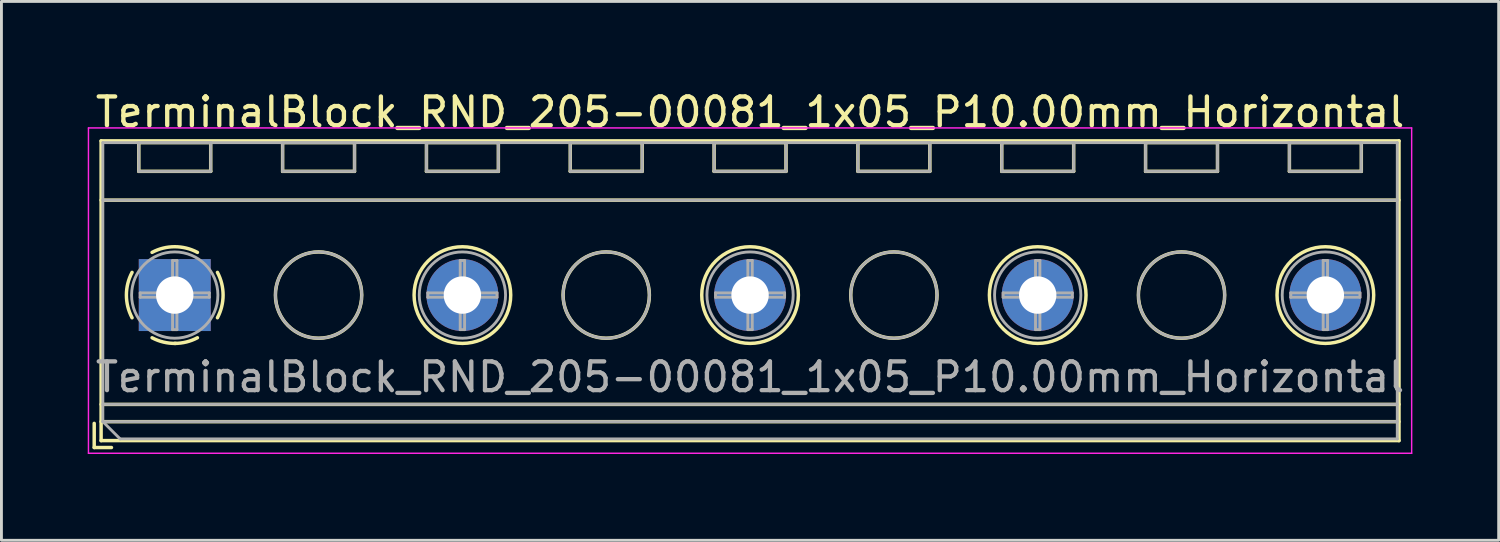
<source format=kicad_pcb>
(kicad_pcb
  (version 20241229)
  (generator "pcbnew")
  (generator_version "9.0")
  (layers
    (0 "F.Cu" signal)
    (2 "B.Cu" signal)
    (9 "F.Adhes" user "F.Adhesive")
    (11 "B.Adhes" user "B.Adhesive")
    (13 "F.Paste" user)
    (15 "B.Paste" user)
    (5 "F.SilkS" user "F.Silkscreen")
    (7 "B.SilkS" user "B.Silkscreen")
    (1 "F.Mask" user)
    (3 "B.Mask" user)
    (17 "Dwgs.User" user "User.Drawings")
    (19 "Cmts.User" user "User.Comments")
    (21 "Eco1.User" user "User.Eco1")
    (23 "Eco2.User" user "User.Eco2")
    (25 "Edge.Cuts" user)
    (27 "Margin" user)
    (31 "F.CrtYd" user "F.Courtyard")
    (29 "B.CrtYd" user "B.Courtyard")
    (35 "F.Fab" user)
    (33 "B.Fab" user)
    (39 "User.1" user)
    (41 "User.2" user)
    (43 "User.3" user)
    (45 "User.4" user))
  (footprint "TerminalBlock_RND_205-00081_1x05_P10.00mm_Horizontal"
    (layer "F.Cu")
    (at 3.025 7.208)
    (property "Reference" "TerminalBlock_RND_205-00081_1x05_P10.00mm_Horizontal" (at 20 -6.36 0) (layer "F.SilkS") (effects (font (size 1 1) (thickness 0.15))))
    (attr through_hole)
    (fp_line (start -2.8 4.46) (end -2.8 5.3) (stroke (width 0.12) (type solid)) (layer "F.SilkS"))
    (fp_line (start -2.8 5.3) (end -2.2 5.3) (stroke (width 0.12) (type solid)) (layer "F.SilkS"))
    (fp_line (start -2.56 -5.36) (end -2.56 5.06) (stroke (width 0.12) (type solid)) (layer "F.SilkS"))
    (fp_line (start -2.56 -5.36) (end 42.56 -5.36) (stroke (width 0.12) (type solid)) (layer "F.SilkS"))
    (fp_line (start -2.56 -3.301) (end 42.56 -3.301) (stroke (width 0.12) (type solid)) (layer "F.SilkS"))
    (fp_line (start -2.56 3.8) (end 42.56 3.8) (stroke (width 0.12) (type solid)) (layer "F.SilkS"))
    (fp_line (start -2.56 4.4) (end 42.56 4.4) (stroke (width 0.12) (type solid)) (layer "F.SilkS"))
    (fp_line (start -2.56 5.06) (end 42.56 5.06) (stroke (width 0.12) (type solid)) (layer "F.SilkS"))
    (fp_line (start -1.25 -5.301) (end -1.25 -4.301) (stroke (width 0.12) (type solid)) (layer "F.SilkS"))
    (fp_line (start -1.25 -5.301) (end 1.25 -5.301) (stroke (width 0.12) (type solid)) (layer "F.SilkS"))
    (fp_line (start -1.25 -4.301) (end 1.25 -4.301) (stroke (width 0.12) (type solid)) (layer "F.SilkS"))
    (fp_line (start 1.25 -5.301) (end 1.25 -4.301) (stroke (width 0.12) (type solid)) (layer "F.SilkS"))
    (fp_line (start 3.75 -5.301) (end 3.75 -4.301) (stroke (width 0.12) (type solid)) (layer "F.SilkS"))
    (fp_line (start 3.75 -5.301) (end 6.25 -5.301) (stroke (width 0.12) (type solid)) (layer "F.SilkS"))
    (fp_line (start 3.75 -4.301) (end 6.25 -4.301) (stroke (width 0.12) (type solid)) (layer "F.SilkS"))
    (fp_line (start 6.25 -5.301) (end 6.25 -4.301) (stroke (width 0.12) (type solid)) (layer "F.SilkS"))
    (fp_line (start 8.75 -5.301) (end 8.75 -4.301) (stroke (width 0.12) (type solid)) (layer "F.SilkS"))
    (fp_line (start 8.75 -5.301) (end 11.25 -5.301) (stroke (width 0.12) (type solid)) (layer "F.SilkS"))
    (fp_line (start 8.75 -4.301) (end 11.25 -4.301) (stroke (width 0.12) (type solid)) (layer "F.SilkS"))
    (fp_line (start 11.25 -5.301) (end 11.25 -4.301) (stroke (width 0.12) (type solid)) (layer "F.SilkS"))
    (fp_line (start 13.75 -5.301) (end 13.75 -4.301) (stroke (width 0.12) (type solid)) (layer "F.SilkS"))
    (fp_line (start 13.75 -5.301) (end 16.25 -5.301) (stroke (width 0.12) (type solid)) (layer "F.SilkS"))
    (fp_line (start 13.75 -4.301) (end 16.25 -4.301) (stroke (width 0.12) (type solid)) (layer "F.SilkS"))
    (fp_line (start 16.25 -5.301) (end 16.25 -4.301) (stroke (width 0.12) (type solid)) (layer "F.SilkS"))
    (fp_line (start 18.75 -5.301) (end 18.75 -4.301) (stroke (width 0.12) (type solid)) (layer "F.SilkS"))
    (fp_line (start 18.75 -5.301) (end 21.25 -5.301) (stroke (width 0.12) (type solid)) (layer "F.SilkS"))
    (fp_line (start 18.75 -4.301) (end 21.25 -4.301) (stroke (width 0.12) (type solid)) (layer "F.SilkS"))
    (fp_line (start 21.25 -5.301) (end 21.25 -4.301) (stroke (width 0.12) (type solid)) (layer "F.SilkS"))
    (fp_line (start 23.75 -5.301) (end 23.75 -4.301) (stroke (width 0.12) (type solid)) (layer "F.SilkS"))
    (fp_line (start 23.75 -5.301) (end 26.25 -5.301) (stroke (width 0.12) (type solid)) (layer "F.SilkS"))
    (fp_line (start 23.75 -4.301) (end 26.25 -4.301) (stroke (width 0.12) (type solid)) (layer "F.SilkS"))
    (fp_line (start 26.25 -5.301) (end 26.25 -4.301) (stroke (width 0.12) (type solid)) (layer "F.SilkS"))
    (fp_line (start 28.75 -5.301) (end 28.75 -4.301) (stroke (width 0.12) (type solid)) (layer "F.SilkS"))
    (fp_line (start 28.75 -5.301) (end 31.25 -5.301) (stroke (width 0.12) (type solid)) (layer "F.SilkS"))
    (fp_line (start 28.75 -4.301) (end 31.25 -4.301) (stroke (width 0.12) (type solid)) (layer "F.SilkS"))
    (fp_line (start 31.25 -5.301) (end 31.25 -4.301) (stroke (width 0.12) (type solid)) (layer "F.SilkS"))
    (fp_line (start 33.75 -5.301) (end 33.75 -4.301) (stroke (width 0.12) (type solid)) (layer "F.SilkS"))
    (fp_line (start 33.75 -5.301) (end 36.25 -5.301) (stroke (width 0.12) (type solid)) (layer "F.SilkS"))
    (fp_line (start 33.75 -4.301) (end 36.25 -4.301) (stroke (width 0.12) (type solid)) (layer "F.SilkS"))
    (fp_line (start 36.25 -5.301) (end 36.25 -4.301) (stroke (width 0.12) (type solid)) (layer "F.SilkS"))
    (fp_line (start 38.75 -5.301) (end 38.75 -4.301) (stroke (width 0.12) (type solid)) (layer "F.SilkS"))
    (fp_line (start 38.75 -5.301) (end 41.25 -5.301) (stroke (width 0.12) (type solid)) (layer "F.SilkS"))
    (fp_line (start 38.75 -4.301) (end 41.25 -4.301) (stroke (width 0.12) (type solid)) (layer "F.SilkS"))
    (fp_line (start 41.25 -5.301) (end 41.25 -4.301) (stroke (width 0.12) (type solid)) (layer "F.SilkS"))
    (fp_line (start 42.56 -5.36) (end 42.56 5.06) (stroke (width 0.12) (type solid)) (layer "F.SilkS"))
    (fp_arc (start -1.483953 0.789089) (mid -1.680708 0.00005) (end -1.484 -0.789) (stroke (width 0.12) (type solid)) (layer "F.SilkS"))
    (fp_arc (start -0.789089 -1.483953) (mid -0.00005 -1.680708) (end 0.789 -1.484) (stroke (width 0.12) (type solid)) (layer "F.SilkS"))
    (fp_arc (start 0.029383 1.68045) (mid -0.392304 1.634281) (end -0.789 1.484) (stroke (width 0.12) (type solid)) (layer "F.SilkS"))
    (fp_arc (start 0.788712 1.483352) (mid 0.406429 1.630097) (end 0 1.68) (stroke (width 0.12) (type solid)) (layer "F.SilkS"))
    (fp_arc (start 1.483953 -0.789089) (mid 1.680708 -0.00005) (end 1.484 0.789) (stroke (width 0.12) (type solid)) (layer "F.SilkS"))
    (fp_circle (center 5 0) (end 6.5 0) (stroke (width 0.12) (type solid)) (fill no) (layer "F.SilkS"))
    (fp_circle (center 10 0) (end 11.68 0) (stroke (width 0.12) (type solid)) (fill no) (layer "F.SilkS"))
    (fp_circle (center 15 0) (end 16.5 0) (stroke (width 0.12) (type solid)) (fill no) (layer "F.SilkS"))
    (fp_circle (center 20 0) (end 21.68 0) (stroke (width 0.12) (type solid)) (fill no) (layer "F.SilkS"))
    (fp_circle (center 25 0) (end 26.5 0) (stroke (width 0.12) (type solid)) (fill no) (layer "F.SilkS"))
    (fp_circle (center 30 0) (end 31.68 0) (stroke (width 0.12) (type solid)) (fill no) (layer "F.SilkS"))
    (fp_circle (center 35 0) (end 36.5 0) (stroke (width 0.12) (type solid)) (fill no) (layer "F.SilkS"))
    (fp_circle (center 40 0) (end 41.68 0) (stroke (width 0.12) (type solid)) (fill no) (layer "F.SilkS"))
    (fp_line (start -3 -5.81) (end -3 5.5) (stroke (width 0.05) (type solid)) (layer "F.CrtYd"))
    (fp_line (start -3 5.5) (end 43 5.5) (stroke (width 0.05) (type solid)) (layer "F.CrtYd"))
    (fp_line (start 43 -5.81) (end -3 -5.81) (stroke (width 0.05) (type solid)) (layer "F.CrtYd"))
    (fp_line (start 43 5.5) (end 43 -5.81) (stroke (width 0.05) (type solid)) (layer "F.CrtYd"))
    (fp_line (start -2.5 -5.3) (end 42.5 -5.3) (stroke (width 0.1) (type solid)) (layer "F.Fab"))
    (fp_line (start -2.5 -3.3) (end 42.5 -3.3) (stroke (width 0.1) (type solid)) (layer "F.Fab"))
    (fp_line (start -2.5 3.8) (end 42.5 3.8) (stroke (width 0.1) (type solid)) (layer "F.Fab"))
    (fp_line (start -2.5 4.4) (end -2.5 -5.3) (stroke (width 0.1) (type solid)) (layer "F.Fab"))
    (fp_line (start -2.5 4.4) (end 42.5 4.4) (stroke (width 0.1) (type solid)) (layer "F.Fab"))
    (fp_line (start -1.9 5) (end -2.5 4.4) (stroke (width 0.1) (type solid)) (layer "F.Fab"))
    (fp_line (start -1.25 -5.3) (end -1.25 -4.3) (stroke (width 0.1) (type solid)) (layer "F.Fab"))
    (fp_line (start -1.25 -4.3) (end 1.25 -4.3) (stroke (width 0.1) (type solid)) (layer "F.Fab"))
    (fp_line (start -1.201 -0.076) (end -0.076 -0.076) (stroke (width 0.1) (type solid)) (layer "F.Fab"))
    (fp_line (start -1.201 0.076) (end -1.201 -0.076) (stroke (width 0.1) (type solid)) (layer "F.Fab"))
    (fp_line (start -0.076 -1.201) (end 0.076 -1.201) (stroke (width 0.1) (type solid)) (layer "F.Fab"))
    (fp_line (start -0.076 -0.076) (end -0.076 -1.201) (stroke (width 0.1) (type solid)) (layer "F.Fab"))
    (fp_line (start -0.076 0.076) (end -1.201 0.076) (stroke (width 0.1) (type solid)) (layer "F.Fab"))
    (fp_line (start -0.076 1.201) (end -0.076 0.076) (stroke (width 0.1) (type solid)) (layer "F.Fab"))
    (fp_line (start 0.076 -1.201) (end 0.076 -0.076) (stroke (width 0.1) (type solid)) (layer "F.Fab"))
    (fp_line (start 0.076 -0.076) (end 1.201 -0.076) (stroke (width 0.1) (type solid)) (layer "F.Fab"))
    (fp_line (start 0.076 0.076) (end 0.076 1.201) (stroke (width 0.1) (type solid)) (layer "F.Fab"))
    (fp_line (start 0.076 1.201) (end -0.076 1.201) (stroke (width 0.1) (type solid)) (layer "F.Fab"))
    (fp_line (start 1.201 -0.076) (end 1.201 0.076) (stroke (width 0.1) (type solid)) (layer "F.Fab"))
    (fp_line (start 1.201 0.076) (end 0.076 0.076) (stroke (width 0.1) (type solid)) (layer "F.Fab"))
    (fp_line (start 1.25 -5.3) (end -1.25 -5.3) (stroke (width 0.1) (type solid)) (layer "F.Fab"))
    (fp_line (start 1.25 -4.3) (end 1.25 -5.3) (stroke (width 0.1) (type solid)) (layer "F.Fab"))
    (fp_line (start 3.75 -5.3) (end 3.75 -4.3) (stroke (width 0.1) (type solid)) (layer "F.Fab"))
    (fp_line (start 3.75 -4.3) (end 6.25 -4.3) (stroke (width 0.1) (type solid)) (layer "F.Fab"))
    (fp_line (start 6.25 -5.3) (end 3.75 -5.3) (stroke (width 0.1) (type solid)) (layer "F.Fab"))
    (fp_line (start 6.25 -4.3) (end 6.25 -5.3) (stroke (width 0.1) (type solid)) (layer "F.Fab"))
    (fp_line (start 8.75 -5.3) (end 8.75 -4.3) (stroke (width 0.1) (type solid)) (layer "F.Fab"))
    (fp_line (start 8.75 -4.3) (end 11.25 -4.3) (stroke (width 0.1) (type solid)) (layer "F.Fab"))
    (fp_line (start 8.799 -0.076) (end 9.924 -0.076) (stroke (width 0.1) (type solid)) (layer "F.Fab"))
    (fp_line (start 8.799 0.076) (end 8.799 -0.076) (stroke (width 0.1) (type solid)) (layer "F.Fab"))
    (fp_line (start 9.924 -1.201) (end 10.076 -1.201) (stroke (width 0.1) (type solid)) (layer "F.Fab"))
    (fp_line (start 9.924 -0.076) (end 9.924 -1.201) (stroke (width 0.1) (type solid)) (layer "F.Fab"))
    (fp_line (start 9.924 0.076) (end 8.799 0.076) (stroke (width 0.1) (type solid)) (layer "F.Fab"))
    (fp_line (start 9.924 1.201) (end 9.924 0.076) (stroke (width 0.1) (type solid)) (layer "F.Fab"))
    (fp_line (start 10.076 -1.201) (end 10.076 -0.076) (stroke (width 0.1) (type solid)) (layer "F.Fab"))
    (fp_line (start 10.076 -0.076) (end 11.201 -0.076) (stroke (width 0.1) (type solid)) (layer "F.Fab"))
    (fp_line (start 10.076 0.076) (end 10.076 1.201) (stroke (width 0.1) (type solid)) (layer "F.Fab"))
    (fp_line (start 10.076 1.201) (end 9.924 1.201) (stroke (width 0.1) (type solid)) (layer "F.Fab"))
    (fp_line (start 11.201 -0.076) (end 11.201 0.076) (stroke (width 0.1) (type solid)) (layer "F.Fab"))
    (fp_line (start 11.201 0.076) (end 10.076 0.076) (stroke (width 0.1) (type solid)) (layer "F.Fab"))
    (fp_line (start 11.25 -5.3) (end 8.75 -5.3) (stroke (width 0.1) (type solid)) (layer "F.Fab"))
    (fp_line (start 11.25 -4.3) (end 11.25 -5.3) (stroke (width 0.1) (type solid)) (layer "F.Fab"))
    (fp_line (start 13.75 -5.3) (end 13.75 -4.3) (stroke (width 0.1) (type solid)) (layer "F.Fab"))
    (fp_line (start 13.75 -4.3) (end 16.25 -4.3) (stroke (width 0.1) (type solid)) (layer "F.Fab"))
    (fp_line (start 16.25 -5.3) (end 13.75 -5.3) (stroke (width 0.1) (type solid)) (layer "F.Fab"))
    (fp_line (start 16.25 -4.3) (end 16.25 -5.3) (stroke (width 0.1) (type solid)) (layer "F.Fab"))
    (fp_line (start 18.75 -5.3) (end 18.75 -4.3) (stroke (width 0.1) (type solid)) (layer "F.Fab"))
    (fp_line (start 18.75 -4.3) (end 21.25 -4.3) (stroke (width 0.1) (type solid)) (layer "F.Fab"))
    (fp_line (start 18.799 -0.076) (end 19.924 -0.076) (stroke (width 0.1) (type solid)) (layer "F.Fab"))
    (fp_line (start 18.799 0.076) (end 18.799 -0.076) (stroke (width 0.1) (type solid)) (layer "F.Fab"))
    (fp_line (start 19.924 -1.201) (end 20.076 -1.201) (stroke (width 0.1) (type solid)) (layer "F.Fab"))
    (fp_line (start 19.924 -0.076) (end 19.924 -1.201) (stroke (width 0.1) (type solid)) (layer "F.Fab"))
    (fp_line (start 19.924 0.076) (end 18.799 0.076) (stroke (width 0.1) (type solid)) (layer "F.Fab"))
    (fp_line (start 19.924 1.201) (end 19.924 0.076) (stroke (width 0.1) (type solid)) (layer "F.Fab"))
    (fp_line (start 20.076 -1.201) (end 20.076 -0.076) (stroke (width 0.1) (type solid)) (layer "F.Fab"))
    (fp_line (start 20.076 -0.076) (end 21.201 -0.076) (stroke (width 0.1) (type solid)) (layer "F.Fab"))
    (fp_line (start 20.076 0.076) (end 20.076 1.201) (stroke (width 0.1) (type solid)) (layer "F.Fab"))
    (fp_line (start 20.076 1.201) (end 19.924 1.201) (stroke (width 0.1) (type solid)) (layer "F.Fab"))
    (fp_line (start 21.201 -0.076) (end 21.201 0.076) (stroke (width 0.1) (type solid)) (layer "F.Fab"))
    (fp_line (start 21.201 0.076) (end 20.076 0.076) (stroke (width 0.1) (type solid)) (layer "F.Fab"))
    (fp_line (start 21.25 -5.3) (end 18.75 -5.3) (stroke (width 0.1) (type solid)) (layer "F.Fab"))
    (fp_line (start 21.25 -4.3) (end 21.25 -5.3) (stroke (width 0.1) (type solid)) (layer "F.Fab"))
    (fp_line (start 23.75 -5.3) (end 23.75 -4.3) (stroke (width 0.1) (type solid)) (layer "F.Fab"))
    (fp_line (start 23.75 -4.3) (end 26.25 -4.3) (stroke (width 0.1) (type solid)) (layer "F.Fab"))
    (fp_line (start 26.25 -5.3) (end 23.75 -5.3) (stroke (width 0.1) (type solid)) (layer "F.Fab"))
    (fp_line (start 26.25 -4.3) (end 26.25 -5.3) (stroke (width 0.1) (type solid)) (layer "F.Fab"))
    (fp_line (start 28.75 -5.3) (end 28.75 -4.3) (stroke (width 0.1) (type solid)) (layer "F.Fab"))
    (fp_line (start 28.75 -4.3) (end 31.25 -4.3) (stroke (width 0.1) (type solid)) (layer "F.Fab"))
    (fp_line (start 28.799 -0.076) (end 29.924 -0.076) (stroke (width 0.1) (type solid)) (layer "F.Fab"))
    (fp_line (start 28.799 0.076) (end 28.799 -0.076) (stroke (width 0.1) (type solid)) (layer "F.Fab"))
    (fp_line (start 29.924 -1.201) (end 30.076 -1.201) (stroke (width 0.1) (type solid)) (layer "F.Fab"))
    (fp_line (start 29.924 -0.076) (end 29.924 -1.201) (stroke (width 0.1) (type solid)) (layer "F.Fab"))
    (fp_line (start 29.924 0.076) (end 28.799 0.076) (stroke (width 0.1) (type solid)) (layer "F.Fab"))
    (fp_line (start 29.924 1.201) (end 29.924 0.076) (stroke (width 0.1) (type solid)) (layer "F.Fab"))
    (fp_line (start 30.076 -1.201) (end 30.076 -0.076) (stroke (width 0.1) (type solid)) (layer "F.Fab"))
    (fp_line (start 30.076 -0.076) (end 31.201 -0.076) (stroke (width 0.1) (type solid)) (layer "F.Fab"))
    (fp_line (start 30.076 0.076) (end 30.076 1.201) (stroke (width 0.1) (type solid)) (layer "F.Fab"))
    (fp_line (start 30.076 1.201) (end 29.924 1.201) (stroke (width 0.1) (type solid)) (layer "F.Fab"))
    (fp_line (start 31.201 -0.076) (end 31.201 0.076) (stroke (width 0.1) (type solid)) (layer "F.Fab"))
    (fp_line (start 31.201 0.076) (end 30.076 0.076) (stroke (width 0.1) (type solid)) (layer "F.Fab"))
    (fp_line (start 31.25 -5.3) (end 28.75 -5.3) (stroke (width 0.1) (type solid)) (layer "F.Fab"))
    (fp_line (start 31.25 -4.3) (end 31.25 -5.3) (stroke (width 0.1) (type solid)) (layer "F.Fab"))
    (fp_line (start 33.75 -5.3) (end 33.75 -4.3) (stroke (width 0.1) (type solid)) (layer "F.Fab"))
    (fp_line (start 33.75 -4.3) (end 36.25 -4.3) (stroke (width 0.1) (type solid)) (layer "F.Fab"))
    (fp_line (start 36.25 -5.3) (end 33.75 -5.3) (stroke (width 0.1) (type solid)) (layer "F.Fab"))
    (fp_line (start 36.25 -4.3) (end 36.25 -5.3) (stroke (width 0.1) (type solid)) (layer "F.Fab"))
    (fp_line (start 38.75 -5.3) (end 38.75 -4.3) (stroke (width 0.1) (type solid)) (layer "F.Fab"))
    (fp_line (start 38.75 -4.3) (end 41.25 -4.3) (stroke (width 0.1) (type solid)) (layer "F.Fab"))
    (fp_line (start 38.799 -0.076) (end 39.924 -0.076) (stroke (width 0.1) (type solid)) (layer "F.Fab"))
    (fp_line (start 38.799 0.076) (end 38.799 -0.076) (stroke (width 0.1) (type solid)) (layer "F.Fab"))
    (fp_line (start 39.924 -1.201) (end 40.076 -1.201) (stroke (width 0.1) (type solid)) (layer "F.Fab"))
    (fp_line (start 39.924 -0.076) (end 39.924 -1.201) (stroke (width 0.1) (type solid)) (layer "F.Fab"))
    (fp_line (start 39.924 0.076) (end 38.799 0.076) (stroke (width 0.1) (type solid)) (layer "F.Fab"))
    (fp_line (start 39.924 1.201) (end 39.924 0.076) (stroke (width 0.1) (type solid)) (layer "F.Fab"))
    (fp_line (start 40.076 -1.201) (end 40.076 -0.076) (stroke (width 0.1) (type solid)) (layer "F.Fab"))
    (fp_line (start 40.076 -0.076) (end 41.201 -0.076) (stroke (width 0.1) (type solid)) (layer "F.Fab"))
    (fp_line (start 40.076 0.076) (end 40.076 1.201) (stroke (width 0.1) (type solid)) (layer "F.Fab"))
    (fp_line (start 40.076 1.201) (end 39.924 1.201) (stroke (width 0.1) (type solid)) (layer "F.Fab"))
    (fp_line (start 41.201 -0.076) (end 41.201 0.076) (stroke (width 0.1) (type solid)) (layer "F.Fab"))
    (fp_line (start 41.201 0.076) (end 40.076 0.076) (stroke (width 0.1) (type solid)) (layer "F.Fab"))
    (fp_line (start 41.25 -5.3) (end 38.75 -5.3) (stroke (width 0.1) (type solid)) (layer "F.Fab"))
    (fp_line (start 41.25 -4.3) (end 41.25 -5.3) (stroke (width 0.1) (type solid)) (layer "F.Fab"))
    (fp_line (start 42.5 -5.3) (end 42.5 5) (stroke (width 0.1) (type solid)) (layer "F.Fab"))
    (fp_line (start 42.5 5) (end -1.9 5) (stroke (width 0.1) (type solid)) (layer "F.Fab"))
    (fp_circle (center 0 0) (end 1.5 0) (stroke (width 0.1) (type solid)) (fill no) (layer "F.Fab"))
    (fp_circle (center 5 0) (end 6.5 0) (stroke (width 0.1) (type solid)) (fill no) (layer "F.Fab"))
    (fp_circle (center 10 0) (end 11.5 0) (stroke (width 0.1) (type solid)) (fill no) (layer "F.Fab"))
    (fp_circle (center 15 0) (end 16.5 0) (stroke (width 0.1) (type solid)) (fill no) (layer "F.Fab"))
    (fp_circle (center 20 0) (end 21.5 0) (stroke (width 0.1) (type solid)) (fill no) (layer "F.Fab"))
    (fp_circle (center 25 0) (end 26.5 0) (stroke (width 0.1) (type solid)) (fill no) (layer "F.Fab"))
    (fp_circle (center 30 0) (end 31.5 0) (stroke (width 0.1) (type solid)) (fill no) (layer "F.Fab"))
    (fp_circle (center 35 0) (end 36.5 0) (stroke (width 0.1) (type solid)) (fill no) (layer "F.Fab"))
    (fp_circle (center 40 0) (end 41.5 0) (stroke (width 0.1) (type solid)) (fill no) (layer "F.Fab"))
    (fp_text user "${REFERENCE}" (at 20 2.85 0) (layer "F.Fab") (effects (font (size 1 1) (thickness 0.15))))
    (pad "1" thru_hole rect (at 0 0) (size 2.5 2.5) (drill 1.3) (layers "*.Cu" "*.Mask"))
    (pad "2" thru_hole circle (at 10 0) (size 2.5 2.5) (drill 1.3) (layers "*.Cu" "*.Mask"))
    (pad "3" thru_hole circle (at 20 0) (size 2.5 2.5) (drill 1.3) (layers "*.Cu" "*.Mask"))
    (pad "4" thru_hole circle (at 30 0) (size 2.5 2.5) (drill 1.3) (layers "*.Cu" "*.Mask"))
    (pad "5" thru_hole circle (at 40 0) (size 2.5 2.5) (drill 1.3) (layers "*.Cu" "*.Mask")))
  (gr_rect
    (start -3 -3)
    (end 49.05 15.733)
    (stroke (width 0.1) (type default))
    (fill no)
    (layer "Edge.Cuts")))
</source>
